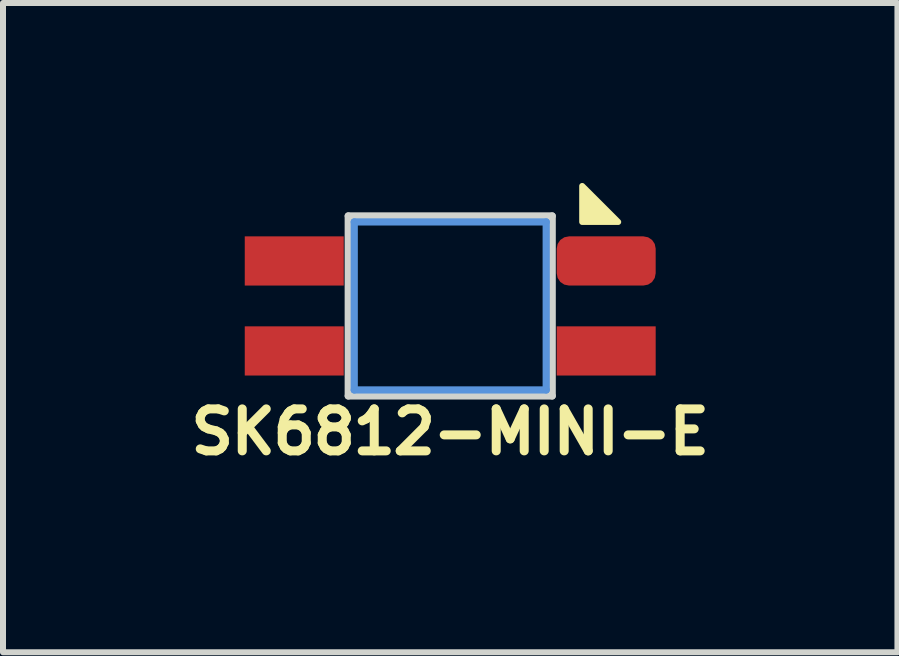
<source format=kicad_pcb>
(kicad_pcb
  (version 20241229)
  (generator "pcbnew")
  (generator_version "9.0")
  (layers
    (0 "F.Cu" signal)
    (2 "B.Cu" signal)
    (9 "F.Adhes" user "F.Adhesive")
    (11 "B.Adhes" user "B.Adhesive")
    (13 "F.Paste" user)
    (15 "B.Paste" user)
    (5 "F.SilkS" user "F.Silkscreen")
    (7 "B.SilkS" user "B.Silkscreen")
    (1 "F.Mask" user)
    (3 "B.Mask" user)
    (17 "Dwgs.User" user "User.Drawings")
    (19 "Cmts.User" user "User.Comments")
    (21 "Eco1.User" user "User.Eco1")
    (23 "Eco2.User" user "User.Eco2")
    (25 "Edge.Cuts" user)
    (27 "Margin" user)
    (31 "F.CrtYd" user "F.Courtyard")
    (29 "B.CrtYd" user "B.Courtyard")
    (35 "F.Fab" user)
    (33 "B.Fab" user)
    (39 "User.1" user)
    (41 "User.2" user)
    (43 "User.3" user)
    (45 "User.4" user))
  (footprint "SK6812-MINI-E"
    (layer "F.Cu")
    (at 4.455 2.05)
    (property "Reference" "SK6812-MINI-E" (at 0 2.1 0) (unlocked yes) (layer "F.SilkS") (effects (font (size 0.7 0.7) (thickness 0.15))))
    (attr through_hole)
    (fp_poly (pts (xy 2.8 -1.4) (xy 2.2 -1.4) (xy 2.2 -2)) (stroke (width 0.1) (type solid)) (fill yes) (layer "F.SilkS"))
    (fp_line (start -1.6 -1.4) (end 1.6 -1.4) (stroke (width 0.12) (type solid)) (layer "Cmts.User"))
    (fp_line (start -1.6 1.4) (end -1.6 -1.4) (stroke (width 0.12) (type solid)) (layer "Cmts.User"))
    (fp_line (start 1.6 -1.4) (end 1.6 1.4) (stroke (width 0.12) (type solid)) (layer "Cmts.User"))
    (fp_line (start 1.6 1.4) (end -1.6 1.4) (stroke (width 0.12) (type solid)) (layer "Cmts.User"))
    (fp_line (start -1.7 -1.5) (end 1.7 -1.5) (stroke (width 0.12) (type solid)) (layer "Edge.Cuts"))
    (fp_line (start -1.7 1.5) (end -1.7 -1.5) (stroke (width 0.12) (type solid)) (layer "Edge.Cuts"))
    (fp_line (start 1.7 -1.5) (end 1.7 1.5) (stroke (width 0.12) (type solid)) (layer "Edge.Cuts"))
    (fp_line (start 1.7 1.5) (end -1.7 1.5) (stroke (width 0.12) (type solid)) (layer "Edge.Cuts"))
    (pad "1" smd rect (at -2.6 0.75) (size 1.65 0.82) (layers "F.Cu" "F.Mask" "F.Paste"))
    (pad "2" smd rect (at -2.6 -0.75) (size 1.65 0.82) (layers "F.Cu" "F.Mask" "F.Paste"))
    (pad "3" smd roundrect (at 2.6 -0.75) (size 1.65 0.82) (layers "F.Cu" "F.Mask" "F.Paste") (roundrect_rratio 0.25))
    (pad "4" smd rect (at 2.6 0.75) (size 1.65 0.82) (layers "F.Cu" "F.Mask" "F.Paste")))
  (gr_rect
    (start -3 -3)
    (end 11.91 7.823)
    (stroke (width 0.1) (type default))
    (fill no)
    (layer "Edge.Cuts")))
</source>
